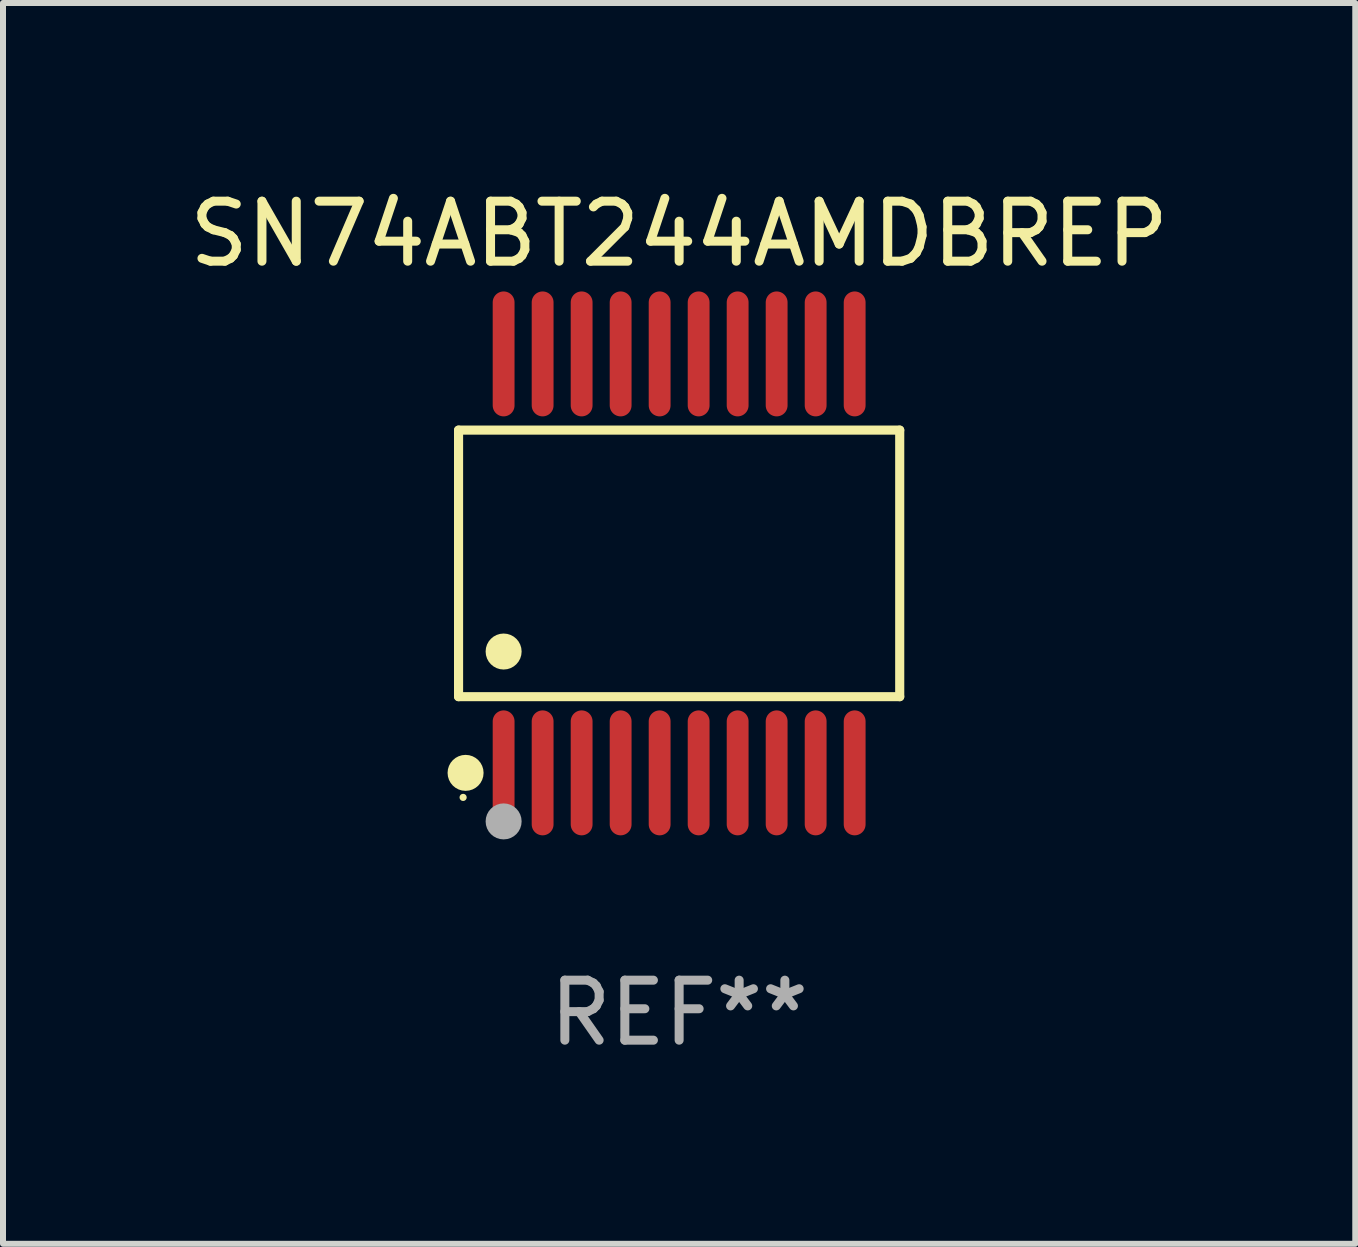
<source format=kicad_pcb>
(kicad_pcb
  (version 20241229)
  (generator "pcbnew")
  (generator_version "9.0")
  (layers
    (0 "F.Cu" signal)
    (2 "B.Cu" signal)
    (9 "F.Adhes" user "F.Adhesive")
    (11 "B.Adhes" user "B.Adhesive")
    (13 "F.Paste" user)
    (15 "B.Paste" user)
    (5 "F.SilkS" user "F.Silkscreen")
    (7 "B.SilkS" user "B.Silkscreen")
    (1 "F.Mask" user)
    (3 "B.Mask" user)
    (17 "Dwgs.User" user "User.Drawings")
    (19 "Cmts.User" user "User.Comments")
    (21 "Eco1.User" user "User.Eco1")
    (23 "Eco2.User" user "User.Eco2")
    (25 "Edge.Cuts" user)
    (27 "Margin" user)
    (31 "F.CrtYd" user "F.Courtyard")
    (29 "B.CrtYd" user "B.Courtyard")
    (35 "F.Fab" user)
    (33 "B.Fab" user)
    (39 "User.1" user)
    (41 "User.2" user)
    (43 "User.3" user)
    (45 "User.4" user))
  (footprint "SN74ABT244AMDBREP"
    (layer "F.Cu")
    (at 8.268 6.339)
    (property "Reference" "SN74ABT244AMDBREP" (at 0 -5.491 0) (layer "F.SilkS") (effects (font (size 1 1) (thickness 0.15))))
    (attr through_hole)
    (fp_line (start -3.676 -2.221) (end 3.676 -2.221) (stroke (width 0.152) (type solid)) (layer "F.SilkS"))
    (fp_line (start -3.676 2.221) (end -3.676 -2.221) (stroke (width 0.152) (type solid)) (layer "F.SilkS"))
    (fp_line (start 3.676 -2.221) (end 3.676 2.221) (stroke (width 0.152) (type solid)) (layer "F.SilkS"))
    (fp_line (start 3.676 2.221) (end -3.676 2.221) (stroke (width 0.152) (type solid)) (layer "F.SilkS"))
    (fp_circle (center -3.6 3.9) (end -3.57 3.9) (stroke (width 0.06) (type solid)) (fill no) (layer "F.SilkS"))
    (fp_circle (center -3.559 3.491) (end -3.409 3.491) (stroke (width 0.3) (type solid)) (fill no) (layer "F.SilkS"))
    (fp_circle (center -2.925 1.469) (end -2.775 1.469) (stroke (width 0.3) (type solid)) (fill no) (layer "F.SilkS"))
    (fp_circle (center -2.925 4.3) (end -2.775 4.3) (stroke (width 0.3) (type solid)) (fill no) (layer "F.Fab"))
    (fp_text user "REF**" (at 0 7.491 0) (layer "F.Fab") (effects (font (size 1 1) (thickness 0.15))))
    (pad "1" smd oval (at -2.925 3.491) (size 0.364 2.082) (layers "F.Cu" "F.Mask" "F.Paste"))
    (pad "2" smd oval (at -2.275 3.491) (size 0.364 2.082) (layers "F.Cu" "F.Mask" "F.Paste"))
    (pad "3" smd oval (at -1.625 3.491) (size 0.364 2.082) (layers "F.Cu" "F.Mask" "F.Paste"))
    (pad "4" smd oval (at -0.975 3.491) (size 0.364 2.082) (layers "F.Cu" "F.Mask" "F.Paste"))
    (pad "5" smd oval (at -0.325 3.491) (size 0.364 2.082) (layers "F.Cu" "F.Mask" "F.Paste"))
    (pad "6" smd oval (at 0.325 3.491) (size 0.364 2.082) (layers "F.Cu" "F.Mask" "F.Paste"))
    (pad "7" smd oval (at 0.975 3.491) (size 0.364 2.082) (layers "F.Cu" "F.Mask" "F.Paste"))
    (pad "8" smd oval (at 1.625 3.491) (size 0.364 2.082) (layers "F.Cu" "F.Mask" "F.Paste"))
    (pad "9" smd oval (at 2.275 3.491) (size 0.364 2.082) (layers "F.Cu" "F.Mask" "F.Paste"))
    (pad "10" smd oval (at 2.925 3.491) (size 0.364 2.082) (layers "F.Cu" "F.Mask" "F.Paste"))
    (pad "11" smd oval (at 2.925 -3.491) (size 0.364 2.082) (layers "F.Cu" "F.Mask" "F.Paste"))
    (pad "12" smd oval (at 2.275 -3.491) (size 0.364 2.082) (layers "F.Cu" "F.Mask" "F.Paste"))
    (pad "13" smd oval (at 1.625 -3.491) (size 0.364 2.082) (layers "F.Cu" "F.Mask" "F.Paste"))
    (pad "14" smd oval (at 0.975 -3.491) (size 0.364 2.082) (layers "F.Cu" "F.Mask" "F.Paste"))
    (pad "15" smd oval (at 0.325 -3.491) (size 0.364 2.082) (layers "F.Cu" "F.Mask" "F.Paste"))
    (pad "16" smd oval (at -0.325 -3.491) (size 0.364 2.082) (layers "F.Cu" "F.Mask" "F.Paste"))
    (pad "17" smd oval (at -0.975 -3.491) (size 0.364 2.082) (layers "F.Cu" "F.Mask" "F.Paste"))
    (pad "18" smd oval (at -1.625 -3.491) (size 0.364 2.082) (layers "F.Cu" "F.Mask" "F.Paste"))
    (pad "19" smd oval (at -2.275 -3.491) (size 0.364 2.082) (layers "F.Cu" "F.Mask" "F.Paste"))
    (pad "20" smd oval (at -2.925 -3.491) (size 0.364 2.082) (layers "F.Cu" "F.Mask" "F.Paste")))
  (gr_rect
    (start -3 -3)
    (end 19.536 17.678)
    (stroke (width 0.1) (type default))
    (fill no)
    (layer "Edge.Cuts")))
</source>
